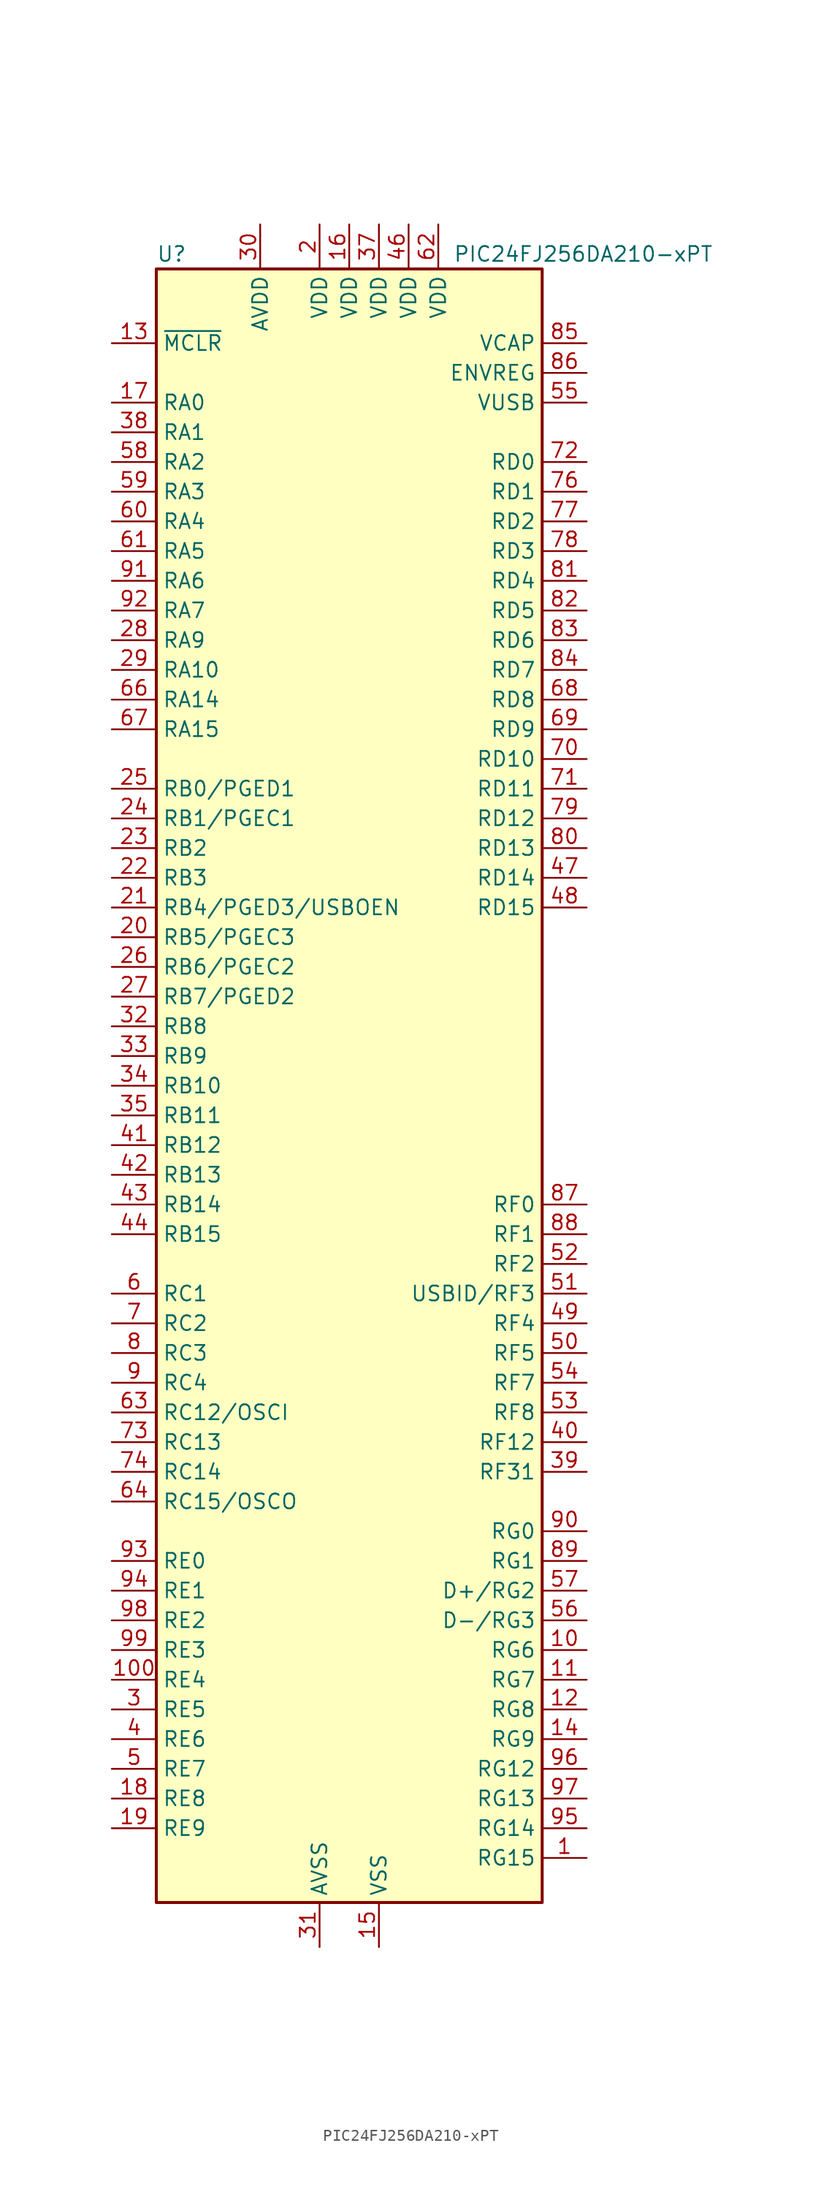
<source format=kicad_sym>
(kicad_symbol_lib
  (version 20211014)
  (generator kicad_symbol_editor)
  (symbol "PIC24FJ256DA210-xPT"
    (property "Reference" "U"
      (at -16.51 71.12 0)
      (effects (font (size 1.27 1.27)) (justify left)))
    (property "Value" "PIC24FJ256DA210-xPT"
      (at 8.89 71.12 0)
      (effects (font (size 1.27 1.27)) (justify left)))
    (symbol "PIC24FJ256DA210-xPT_1_1"
      (rectangle (start -16.51 69.85) (end 16.51 -69.85) (stroke (width 0.254) (type default) (color 0 0 0 0)) (fill (type background)))
      (pin bidirectional line (at 20.32 -66.04 180) (length 3.81) (name "RG15" (effects (font (size 1.27 1.27)))) (number "1" (effects (font (size 1.27 1.27)))))
      (pin bidirectional line (at 20.32 -48.26 180) (length 3.81) (name "RG6" (effects (font (size 1.27 1.27)))) (number "10" (effects (font (size 1.27 1.27)))))
      (pin bidirectional line (at -20.32 -50.8 0) (length 3.81) (name "RE4" (effects (font (size 1.27 1.27)))) (number "100" (effects (font (size 1.27 1.27)))))
      (pin bidirectional line (at 20.32 -50.8 180) (length 3.81) (name "RG7" (effects (font (size 1.27 1.27)))) (number "11" (effects (font (size 1.27 1.27)))))
      (pin bidirectional line (at 20.32 -53.34 180) (length 3.81) (name "RG8" (effects (font (size 1.27 1.27)))) (number "12" (effects (font (size 1.27 1.27)))))
      (pin input line (at -20.32 63.5 0) (length 3.81) (name "~{MCLR}" (effects (font (size 1.27 1.27)))) (number "13" (effects (font (size 1.27 1.27)))))
      (pin bidirectional line (at 20.32 -55.88 180) (length 3.81) (name "RG9" (effects (font (size 1.27 1.27)))) (number "14" (effects (font (size 1.27 1.27)))))
      (pin power_in line (at 2.54 -73.66 90) (length 3.81) (name "VSS" (effects (font (size 1.27 1.27)))) (number "15" (effects (font (size 1.27 1.27)))))
      (pin power_in line (at 0 73.66 270) (length 3.81) (name "VDD" (effects (font (size 1.27 1.27)))) (number "16" (effects (font (size 1.27 1.27)))))
      (pin bidirectional line (at -20.32 58.42 0) (length 3.81) (name "RA0" (effects (font (size 1.27 1.27)))) (number "17" (effects (font (size 1.27 1.27)))))
      (pin bidirectional line (at -20.32 -60.96 0) (length 3.81) (name "RE8" (effects (font (size 1.27 1.27)))) (number "18" (effects (font (size 1.27 1.27)))))
      (pin bidirectional line (at -20.32 -63.5 0) (length 3.81) (name "RE9" (effects (font (size 1.27 1.27)))) (number "19" (effects (font (size 1.27 1.27)))))
      (pin power_in line (at -2.54 73.66 270) (length 3.81) (name "VDD" (effects (font (size 1.27 1.27)))) (number "2" (effects (font (size 1.27 1.27)))))
      (pin bidirectional line (at -20.32 12.7 0) (length 3.81) (name "RB5/PGEC3" (effects (font (size 1.27 1.27)))) (number "20" (effects (font (size 1.27 1.27)))))
      (pin bidirectional line (at -20.32 15.24 0) (length 3.81) (name "RB4/PGED3/USBOEN" (effects (font (size 1.27 1.27)))) (number "21" (effects (font (size 1.27 1.27)))))
      (pin bidirectional line (at -20.32 17.78 0) (length 3.81) (name "RB3" (effects (font (size 1.27 1.27)))) (number "22" (effects (font (size 1.27 1.27)))))
      (pin bidirectional line (at -20.32 20.32 0) (length 3.81) (name "RB2" (effects (font (size 1.27 1.27)))) (number "23" (effects (font (size 1.27 1.27)))))
      (pin bidirectional line (at -20.32 22.86 0) (length 3.81) (name "RB1/PGEC1" (effects (font (size 1.27 1.27)))) (number "24" (effects (font (size 1.27 1.27)))))
      (pin bidirectional line (at -20.32 25.4 0) (length 3.81) (name "RB0/PGED1" (effects (font (size 1.27 1.27)))) (number "25" (effects (font (size 1.27 1.27)))))
      (pin bidirectional line (at -20.32 10.16 0) (length 3.81) (name "RB6/PGEC2" (effects (font (size 1.27 1.27)))) (number "26" (effects (font (size 1.27 1.27)))))
      (pin bidirectional line (at -20.32 7.62 0) (length 3.81) (name "RB7/PGED2" (effects (font (size 1.27 1.27)))) (number "27" (effects (font (size 1.27 1.27)))))
      (pin bidirectional line (at -20.32 38.1 0) (length 3.81) (name "RA9" (effects (font (size 1.27 1.27)))) (number "28" (effects (font (size 1.27 1.27)))))
      (pin bidirectional line (at -20.32 35.56 0) (length 3.81) (name "RA10" (effects (font (size 1.27 1.27)))) (number "29" (effects (font (size 1.27 1.27)))))
      (pin bidirectional line (at -20.32 -53.34 0) (length 3.81) (name "RE5" (effects (font (size 1.27 1.27)))) (number "3" (effects (font (size 1.27 1.27)))))
      (pin power_in line (at -7.62 73.66 270) (length 3.81) (name "AVDD" (effects (font (size 1.27 1.27)))) (number "30" (effects (font (size 1.27 1.27)))))
      (pin power_in line (at -2.54 -73.66 90) (length 3.81) (name "AVSS" (effects (font (size 1.27 1.27)))) (number "31" (effects (font (size 1.27 1.27)))))
      (pin bidirectional line (at -20.32 5.08 0) (length 3.81) (name "RB8" (effects (font (size 1.27 1.27)))) (number "32" (effects (font (size 1.27 1.27)))))
      (pin bidirectional line (at -20.32 2.54 0) (length 3.81) (name "RB9" (effects (font (size 1.27 1.27)))) (number "33" (effects (font (size 1.27 1.27)))))
      (pin bidirectional line (at -20.32 0 0) (length 3.81) (name "RB10" (effects (font (size 1.27 1.27)))) (number "34" (effects (font (size 1.27 1.27)))))
      (pin bidirectional line (at -20.32 -2.54 0) (length 3.81) (name "RB11" (effects (font (size 1.27 1.27)))) (number "35" (effects (font (size 1.27 1.27)))))
      (pin passive line (at 2.54 -73.66 90) (length 3.81) hide (name "VSS" (effects (font (size 1.27 1.27)))) (number "36" (effects (font (size 1.27 1.27)))))
      (pin power_in line (at 2.54 73.66 270) (length 3.81) (name "VDD" (effects (font (size 1.27 1.27)))) (number "37" (effects (font (size 1.27 1.27)))))
      (pin bidirectional line (at -20.32 55.88 0) (length 3.81) (name "RA1" (effects (font (size 1.27 1.27)))) (number "38" (effects (font (size 1.27 1.27)))))
      (pin bidirectional line (at 20.32 -33.02 180) (length 3.81) (name "RF31" (effects (font (size 1.27 1.27)))) (number "39" (effects (font (size 1.27 1.27)))))
      (pin bidirectional line (at -20.32 -55.88 0) (length 3.81) (name "RE6" (effects (font (size 1.27 1.27)))) (number "4" (effects (font (size 1.27 1.27)))))
      (pin bidirectional line (at 20.32 -30.48 180) (length 3.81) (name "RF12" (effects (font (size 1.27 1.27)))) (number "40" (effects (font (size 1.27 1.27)))))
      (pin bidirectional line (at -20.32 -5.08 0) (length 3.81) (name "RB12" (effects (font (size 1.27 1.27)))) (number "41" (effects (font (size 1.27 1.27)))))
      (pin bidirectional line (at -20.32 -7.62 0) (length 3.81) (name "RB13" (effects (font (size 1.27 1.27)))) (number "42" (effects (font (size 1.27 1.27)))))
      (pin bidirectional line (at -20.32 -10.16 0) (length 3.81) (name "RB14" (effects (font (size 1.27 1.27)))) (number "43" (effects (font (size 1.27 1.27)))))
      (pin bidirectional line (at -20.32 -12.7 0) (length 3.81) (name "RB15" (effects (font (size 1.27 1.27)))) (number "44" (effects (font (size 1.27 1.27)))))
      (pin passive line (at 2.54 -73.66 90) (length 3.81) hide (name "VSS" (effects (font (size 1.27 1.27)))) (number "45" (effects (font (size 1.27 1.27)))))
      (pin power_in line (at 5.08 73.66 270) (length 3.81) (name "VDD" (effects (font (size 1.27 1.27)))) (number "46" (effects (font (size 1.27 1.27)))))
      (pin bidirectional line (at 20.32 17.78 180) (length 3.81) (name "RD14" (effects (font (size 1.27 1.27)))) (number "47" (effects (font (size 1.27 1.27)))))
      (pin bidirectional line (at 20.32 15.24 180) (length 3.81) (name "RD15" (effects (font (size 1.27 1.27)))) (number "48" (effects (font (size 1.27 1.27)))))
      (pin bidirectional line (at 20.32 -20.32 180) (length 3.81) (name "RF4" (effects (font (size 1.27 1.27)))) (number "49" (effects (font (size 1.27 1.27)))))
      (pin bidirectional line (at -20.32 -58.42 0) (length 3.81) (name "RE7" (effects (font (size 1.27 1.27)))) (number "5" (effects (font (size 1.27 1.27)))))
      (pin bidirectional line (at 20.32 -22.86 180) (length 3.81) (name "RF5" (effects (font (size 1.27 1.27)))) (number "50" (effects (font (size 1.27 1.27)))))
      (pin bidirectional line (at 20.32 -17.78 180) (length 3.81) (name "USBID/RF3" (effects (font (size 1.27 1.27)))) (number "51" (effects (font (size 1.27 1.27)))))
      (pin bidirectional line (at 20.32 -15.24 180) (length 3.81) (name "RF2" (effects (font (size 1.27 1.27)))) (number "52" (effects (font (size 1.27 1.27)))))
      (pin bidirectional line (at 20.32 -27.94 180) (length 3.81) (name "RF8" (effects (font (size 1.27 1.27)))) (number "53" (effects (font (size 1.27 1.27)))))
      (pin bidirectional line (at 20.32 -25.4 180) (length 3.81) (name "RF7" (effects (font (size 1.27 1.27)))) (number "54" (effects (font (size 1.27 1.27)))))
      (pin bidirectional line (at 20.32 58.42 180) (length 3.81) (name "VUSB" (effects (font (size 1.27 1.27)))) (number "55" (effects (font (size 1.27 1.27)))))
      (pin bidirectional line (at 20.32 -45.72 180) (length 3.81) (name "D-/RG3" (effects (font (size 1.27 1.27)))) (number "56" (effects (font (size 1.27 1.27)))))
      (pin bidirectional line (at 20.32 -43.18 180) (length 3.81) (name "D+/RG2" (effects (font (size 1.27 1.27)))) (number "57" (effects (font (size 1.27 1.27)))))
      (pin bidirectional line (at -20.32 53.34 0) (length 3.81) (name "RA2" (effects (font (size 1.27 1.27)))) (number "58" (effects (font (size 1.27 1.27)))))
      (pin bidirectional line (at -20.32 50.8 0) (length 3.81) (name "RA3" (effects (font (size 1.27 1.27)))) (number "59" (effects (font (size 1.27 1.27)))))
      (pin bidirectional line (at -20.32 -17.78 0) (length 3.81) (name "RC1" (effects (font (size 1.27 1.27)))) (number "6" (effects (font (size 1.27 1.27)))))
      (pin bidirectional line (at -20.32 48.26 0) (length 3.81) (name "RA4" (effects (font (size 1.27 1.27)))) (number "60" (effects (font (size 1.27 1.27)))))
      (pin bidirectional line (at -20.32 45.72 0) (length 3.81) (name "RA5" (effects (font (size 1.27 1.27)))) (number "61" (effects (font (size 1.27 1.27)))))
      (pin power_in line (at 7.62 73.66 270) (length 3.81) (name "VDD" (effects (font (size 1.27 1.27)))) (number "62" (effects (font (size 1.27 1.27)))))
      (pin bidirectional line (at -20.32 -27.94 0) (length 3.81) (name "RC12/OSCI" (effects (font (size 1.27 1.27)))) (number "63" (effects (font (size 1.27 1.27)))))
      (pin bidirectional line (at -20.32 -35.56 0) (length 3.81) (name "RC15/OSCO" (effects (font (size 1.27 1.27)))) (number "64" (effects (font (size 1.27 1.27)))))
      (pin passive line (at 2.54 -73.66 90) (length 3.81) hide (name "VSS" (effects (font (size 1.27 1.27)))) (number "65" (effects (font (size 1.27 1.27)))))
      (pin bidirectional line (at -20.32 33.02 0) (length 3.81) (name "RA14" (effects (font (size 1.27 1.27)))) (number "66" (effects (font (size 1.27 1.27)))))
      (pin bidirectional line (at -20.32 30.48 0) (length 3.81) (name "RA15" (effects (font (size 1.27 1.27)))) (number "67" (effects (font (size 1.27 1.27)))))
      (pin bidirectional line (at 20.32 33.02 180) (length 3.81) (name "RD8" (effects (font (size 1.27 1.27)))) (number "68" (effects (font (size 1.27 1.27)))))
      (pin bidirectional line (at 20.32 30.48 180) (length 3.81) (name "RD9" (effects (font (size 1.27 1.27)))) (number "69" (effects (font (size 1.27 1.27)))))
      (pin bidirectional line (at -20.32 -20.32 0) (length 3.81) (name "RC2" (effects (font (size 1.27 1.27)))) (number "7" (effects (font (size 1.27 1.27)))))
      (pin bidirectional line (at 20.32 27.94 180) (length 3.81) (name "RD10" (effects (font (size 1.27 1.27)))) (number "70" (effects (font (size 1.27 1.27)))))
      (pin bidirectional line (at 20.32 25.4 180) (length 3.81) (name "RD11" (effects (font (size 1.27 1.27)))) (number "71" (effects (font (size 1.27 1.27)))))
      (pin bidirectional line (at 20.32 53.34 180) (length 3.81) (name "RD0" (effects (font (size 1.27 1.27)))) (number "72" (effects (font (size 1.27 1.27)))))
      (pin bidirectional line (at -20.32 -30.48 0) (length 3.81) (name "RC13" (effects (font (size 1.27 1.27)))) (number "73" (effects (font (size 1.27 1.27)))))
      (pin bidirectional line (at -20.32 -33.02 0) (length 3.81) (name "RC14" (effects (font (size 1.27 1.27)))) (number "74" (effects (font (size 1.27 1.27)))))
      (pin passive line (at 2.54 -73.66 90) (length 3.81) hide (name "VSS" (effects (font (size 1.27 1.27)))) (number "75" (effects (font (size 1.27 1.27)))))
      (pin bidirectional line (at 20.32 50.8 180) (length 3.81) (name "RD1" (effects (font (size 1.27 1.27)))) (number "76" (effects (font (size 1.27 1.27)))))
      (pin bidirectional line (at 20.32 48.26 180) (length 3.81) (name "RD2" (effects (font (size 1.27 1.27)))) (number "77" (effects (font (size 1.27 1.27)))))
      (pin bidirectional line (at 20.32 45.72 180) (length 3.81) (name "RD3" (effects (font (size 1.27 1.27)))) (number "78" (effects (font (size 1.27 1.27)))))
      (pin bidirectional line (at 20.32 22.86 180) (length 3.81) (name "RD12" (effects (font (size 1.27 1.27)))) (number "79" (effects (font (size 1.27 1.27)))))
      (pin bidirectional line (at -20.32 -22.86 0) (length 3.81) (name "RC3" (effects (font (size 1.27 1.27)))) (number "8" (effects (font (size 1.27 1.27)))))
      (pin bidirectional line (at 20.32 20.32 180) (length 3.81) (name "RD13" (effects (font (size 1.27 1.27)))) (number "80" (effects (font (size 1.27 1.27)))))
      (pin bidirectional line (at 20.32 43.18 180) (length 3.81) (name "RD4" (effects (font (size 1.27 1.27)))) (number "81" (effects (font (size 1.27 1.27)))))
      (pin bidirectional line (at 20.32 40.64 180) (length 3.81) (name "RD5" (effects (font (size 1.27 1.27)))) (number "82" (effects (font (size 1.27 1.27)))))
      (pin bidirectional line (at 20.32 38.1 180) (length 3.81) (name "RD6" (effects (font (size 1.27 1.27)))) (number "83" (effects (font (size 1.27 1.27)))))
      (pin bidirectional line (at 20.32 35.56 180) (length 3.81) (name "RD7" (effects (font (size 1.27 1.27)))) (number "84" (effects (font (size 1.27 1.27)))))
      (pin passive line (at 20.32 63.5 180) (length 3.81) (name "VCAP" (effects (font (size 1.27 1.27)))) (number "85" (effects (font (size 1.27 1.27)))))
      (pin input line (at 20.32 60.96 180) (length 3.81) (name "ENVREG" (effects (font (size 1.27 1.27)))) (number "86" (effects (font (size 1.27 1.27)))))
      (pin bidirectional line (at 20.32 -10.16 180) (length 3.81) (name "RF0" (effects (font (size 1.27 1.27)))) (number "87" (effects (font (size 1.27 1.27)))))
      (pin bidirectional line (at 20.32 -12.7 180) (length 3.81) (name "RF1" (effects (font (size 1.27 1.27)))) (number "88" (effects (font (size 1.27 1.27)))))
      (pin bidirectional line (at 20.32 -40.64 180) (length 3.81) (name "RG1" (effects (font (size 1.27 1.27)))) (number "89" (effects (font (size 1.27 1.27)))))
      (pin bidirectional line (at -20.32 -25.4 0) (length 3.81) (name "RC4" (effects (font (size 1.27 1.27)))) (number "9" (effects (font (size 1.27 1.27)))))
      (pin bidirectional line (at 20.32 -38.1 180) (length 3.81) (name "RG0" (effects (font (size 1.27 1.27)))) (number "90" (effects (font (size 1.27 1.27)))))
      (pin bidirectional line (at -20.32 43.18 0) (length 3.81) (name "RA6" (effects (font (size 1.27 1.27)))) (number "91" (effects (font (size 1.27 1.27)))))
      (pin bidirectional line (at -20.32 40.64 0) (length 3.81) (name "RA7" (effects (font (size 1.27 1.27)))) (number "92" (effects (font (size 1.27 1.27)))))
      (pin bidirectional line (at -20.32 -40.64 0) (length 3.81) (name "RE0" (effects (font (size 1.27 1.27)))) (number "93" (effects (font (size 1.27 1.27)))))
      (pin bidirectional line (at -20.32 -43.18 0) (length 3.81) (name "RE1" (effects (font (size 1.27 1.27)))) (number "94" (effects (font (size 1.27 1.27)))))
      (pin bidirectional line (at 20.32 -63.5 180) (length 3.81) (name "RG14" (effects (font (size 1.27 1.27)))) (number "95" (effects (font (size 1.27 1.27)))))
      (pin bidirectional line (at 20.32 -58.42 180) (length 3.81) (name "RG12" (effects (font (size 1.27 1.27)))) (number "96" (effects (font (size 1.27 1.27)))))
      (pin bidirectional line (at 20.32 -60.96 180) (length 3.81) (name "RG13" (effects (font (size 1.27 1.27)))) (number "97" (effects (font (size 1.27 1.27)))))
      (pin bidirectional line (at -20.32 -45.72 0) (length 3.81) (name "RE2" (effects (font (size 1.27 1.27)))) (number "98" (effects (font (size 1.27 1.27)))))
      (pin bidirectional line (at -20.32 -48.26 0) (length 3.81) (name "RE3" (effects (font (size 1.27 1.27)))) (number "99" (effects (font (size 1.27 1.27))))))))
</source>
